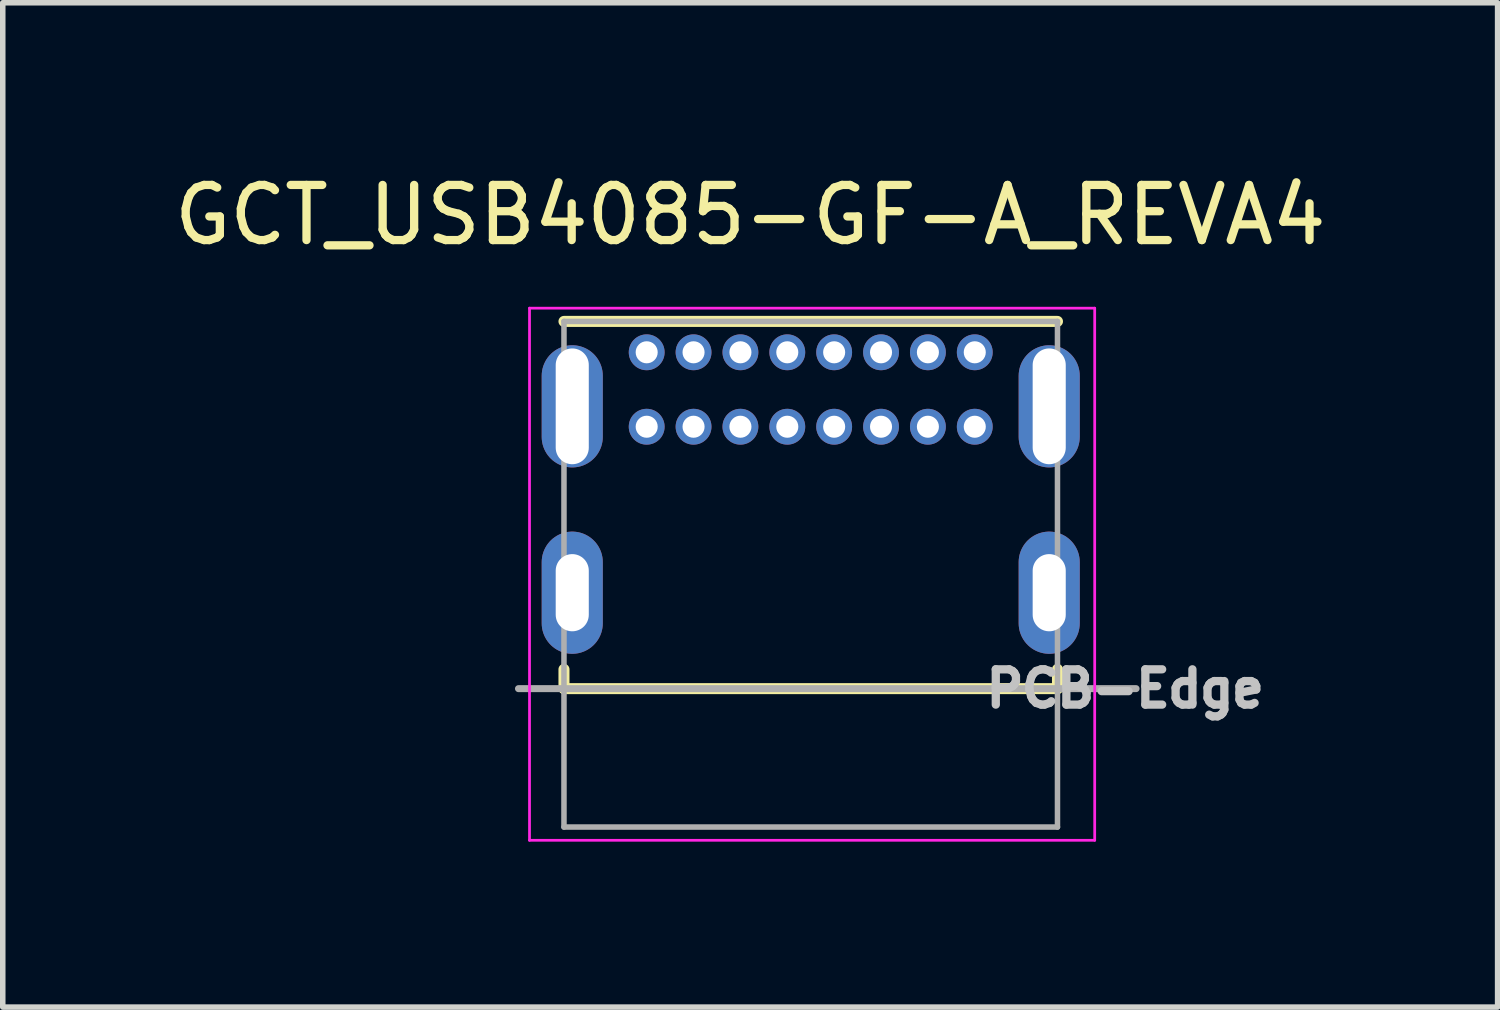
<source format=kicad_pcb>
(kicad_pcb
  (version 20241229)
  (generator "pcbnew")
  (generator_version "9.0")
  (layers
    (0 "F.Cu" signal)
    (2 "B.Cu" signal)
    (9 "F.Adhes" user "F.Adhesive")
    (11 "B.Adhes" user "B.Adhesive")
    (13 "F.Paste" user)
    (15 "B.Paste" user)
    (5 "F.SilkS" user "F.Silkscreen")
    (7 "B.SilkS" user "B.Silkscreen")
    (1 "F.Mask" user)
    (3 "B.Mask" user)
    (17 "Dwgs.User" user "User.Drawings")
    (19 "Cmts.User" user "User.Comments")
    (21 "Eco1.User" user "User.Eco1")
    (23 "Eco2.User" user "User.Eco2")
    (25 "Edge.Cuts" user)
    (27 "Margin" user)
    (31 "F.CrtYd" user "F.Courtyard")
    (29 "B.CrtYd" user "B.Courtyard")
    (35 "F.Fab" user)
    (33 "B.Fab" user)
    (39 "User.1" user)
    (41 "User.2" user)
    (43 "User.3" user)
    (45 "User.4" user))
  (footprint "GCT_USB4085-GF-A_REVA4"
    (layer "F.Cu")
    (at 11.653 7.364)
    (property "Reference" "GCT_USB4085-GF-A_REVA4" (at -1.097 -6.515 0) (layer "F.SilkS") (effects (font (size 1 1) (thickness 0.15))))
    (attr through_hole)
    (fp_line (start -4.475 -4.585) (end 4.475 -4.585) (stroke (width 0.2) (type solid)) (layer "F.SilkS"))
    (fp_line (start -4.475 1.725) (end -4.475 2.075) (stroke (width 0.2) (type solid)) (layer "F.SilkS"))
    (fp_line (start -4.475 2.075) (end 4.475 2.075) (stroke (width 0.2) (type solid)) (layer "F.SilkS"))
    (fp_line (start 4.475 2.075) (end 4.475 1.725) (stroke (width 0.2) (type solid)) (layer "F.SilkS"))
    (fp_line (start -5.1 -4.825) (end 5.15 -4.825) (stroke (width 0.05) (type solid)) (layer "F.CrtYd"))
    (fp_line (start -5.1 4.825) (end -5.1 -4.825) (stroke (width 0.05) (type solid)) (layer "F.CrtYd"))
    (fp_line (start 5.15 -4.825) (end 5.15 4.825) (stroke (width 0.05) (type solid)) (layer "F.CrtYd"))
    (fp_line (start 5.15 4.825) (end -5.1 4.825) (stroke (width 0.05) (type solid)) (layer "F.CrtYd"))
    (fp_line (start -5.3 2.075) (end 5.9 2.075) (stroke (width 0.127) (type solid)) (layer "F.Fab"))
    (fp_line (start -4.475 -4.585) (end 4.475 -4.585) (stroke (width 0.1) (type solid)) (layer "F.Fab"))
    (fp_line (start -4.475 4.585) (end -4.475 -4.585) (stroke (width 0.1) (type solid)) (layer "F.Fab"))
    (fp_line (start 4.475 -4.585) (end 4.475 4.585) (stroke (width 0.1) (type solid)) (layer "F.Fab"))
    (fp_line (start 4.475 4.585) (end -4.475 4.585) (stroke (width 0.1) (type solid)) (layer "F.Fab"))
    (fp_text user "PCB-Edge" (at 5.703 2.076 0) (layer "Dwgs.User") (effects (font (size 0.64 0.64) (thickness 0.15))))
    (pad "A1" thru_hole circle (at -2.975 -4.025) (size 0.65 0.65) (drill 0.4) (layers "*.Cu" "*.Mask"))
    (pad "A4" thru_hole circle (at -2.125 -4.025) (size 0.65 0.65) (drill 0.4) (layers "*.Cu" "*.Mask"))
    (pad "A5" thru_hole circle (at -1.275 -4.025) (size 0.65 0.65) (drill 0.4) (layers "*.Cu" "*.Mask"))
    (pad "A6" thru_hole circle (at -0.425 -4.025) (size 0.65 0.65) (drill 0.4) (layers "*.Cu" "*.Mask"))
    (pad "A7" thru_hole circle (at 0.425 -4.025) (size 0.65 0.65) (drill 0.4) (layers "*.Cu" "*.Mask"))
    (pad "A8" thru_hole circle (at 1.275 -4.025) (size 0.65 0.65) (drill 0.4) (layers "*.Cu" "*.Mask"))
    (pad "A9" thru_hole circle (at 2.125 -4.025) (size 0.65 0.65) (drill 0.4) (layers "*.Cu" "*.Mask"))
    (pad "A12" thru_hole circle (at 2.975 -4.025) (size 0.65 0.65) (drill 0.4) (layers "*.Cu" "*.Mask"))
    (pad "B1" thru_hole circle (at 2.975 -2.675) (size 0.65 0.65) (drill 0.4) (layers "*.Cu" "*.Mask"))
    (pad "B4" thru_hole circle (at 2.125 -2.675) (size 0.65 0.65) (drill 0.4) (layers "*.Cu" "*.Mask"))
    (pad "B5" thru_hole circle (at 1.275 -2.675) (size 0.65 0.65) (drill 0.4) (layers "*.Cu" "*.Mask"))
    (pad "B6" thru_hole circle (at 0.425 -2.675) (size 0.65 0.65) (drill 0.4) (layers "*.Cu" "*.Mask"))
    (pad "B7" thru_hole circle (at -0.425 -2.675) (size 0.65 0.65) (drill 0.4) (layers "*.Cu" "*.Mask"))
    (pad "B8" thru_hole circle (at -1.275 -2.675) (size 0.65 0.65) (drill 0.4) (layers "*.Cu" "*.Mask"))
    (pad "B9" thru_hole circle (at -2.125 -2.675) (size 0.65 0.65) (drill 0.4) (layers "*.Cu" "*.Mask"))
    (pad "B12" thru_hole circle (at -2.975 -2.675) (size 0.65 0.65) (drill 0.4) (layers "*.Cu" "*.Mask"))
    (pad "P1" thru_hole oval (at -4.325 -3.045) (size 1.108 2.216) (drill oval 0.6 2.1) (layers "*.Cu" "*.Mask"))
    (pad "P2" thru_hole oval (at 4.325 -3.045) (size 1.108 2.216) (drill oval 0.6 2.1) (layers "*.Cu" "*.Mask"))
    (pad "P3" thru_hole oval (at 4.325 0.335) (size 1.108 2.216) (drill oval 0.6 1.4) (layers "*.Cu" "*.Mask"))
    (pad "P4" thru_hole oval (at -4.325 0.335) (size 1.108 2.216) (drill oval 0.6 1.4) (layers "*.Cu" "*.Mask")))
  (gr_rect
    (start -3 -3)
    (end 24.11 15.214)
    (stroke (width 0.1) (type default))
    (fill no)
    (layer "Edge.Cuts")))
</source>
